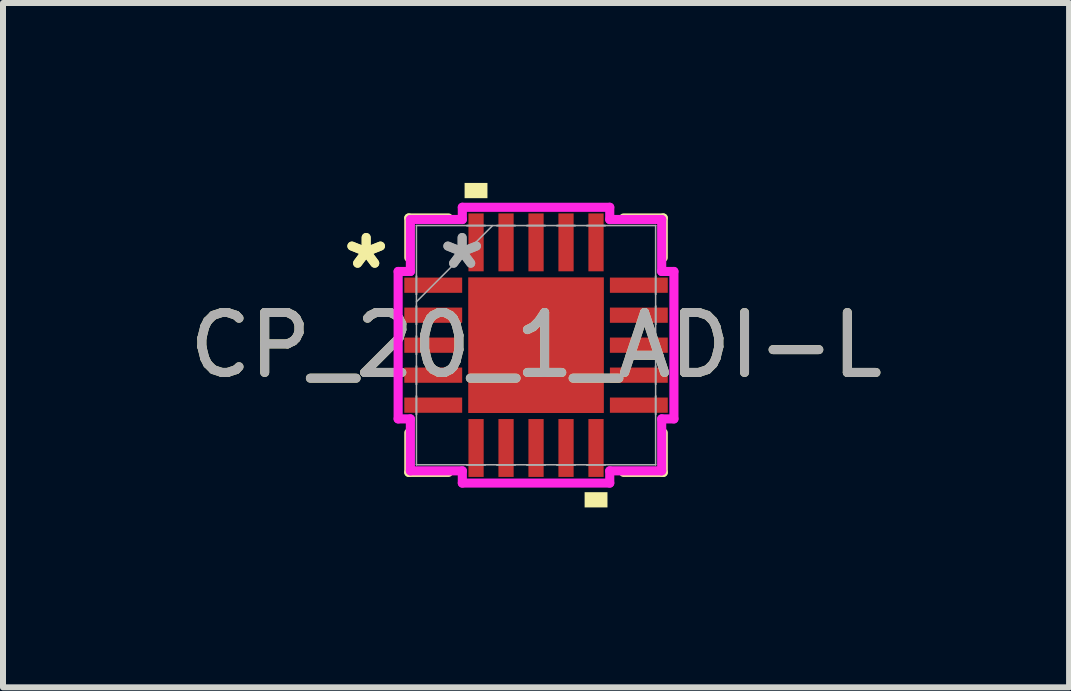
<source format=kicad_pcb>
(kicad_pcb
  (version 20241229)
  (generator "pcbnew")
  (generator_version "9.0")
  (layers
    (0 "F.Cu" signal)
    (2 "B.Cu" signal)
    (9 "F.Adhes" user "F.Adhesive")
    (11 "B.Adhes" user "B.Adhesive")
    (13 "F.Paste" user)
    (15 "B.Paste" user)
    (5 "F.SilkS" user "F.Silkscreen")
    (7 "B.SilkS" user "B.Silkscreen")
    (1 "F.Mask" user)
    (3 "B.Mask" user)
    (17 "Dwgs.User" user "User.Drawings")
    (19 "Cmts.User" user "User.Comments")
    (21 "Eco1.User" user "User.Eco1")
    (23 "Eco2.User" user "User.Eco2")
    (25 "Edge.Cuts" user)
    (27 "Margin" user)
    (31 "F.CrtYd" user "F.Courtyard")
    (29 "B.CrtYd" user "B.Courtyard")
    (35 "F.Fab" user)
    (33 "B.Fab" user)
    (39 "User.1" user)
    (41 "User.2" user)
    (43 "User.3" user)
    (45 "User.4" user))
  (footprint "CP_20_1_ADI-L"
    (layer "F.Cu")
    (at 5.887 2.705)
    (property "Reference" "CP_20_1_ADI-L" (at 0 0 0) (unlocked yes) (layer "F.SilkS") (effects (font (size 1 1) (thickness 0.15))))
    (attr smd)
    (fp_line (start -2.121 -2.121) (end -2.121 -1.46) (stroke (width 0.152) (type solid)) (layer "F.SilkS"))
    (fp_line (start -2.121 1.46) (end -2.121 2.121) (stroke (width 0.152) (type solid)) (layer "F.SilkS"))
    (fp_line (start -2.121 2.121) (end -1.46 2.121) (stroke (width 0.152) (type solid)) (layer "F.SilkS"))
    (fp_line (start -1.46 -2.121) (end -2.121 -2.121) (stroke (width 0.152) (type solid)) (layer "F.SilkS"))
    (fp_line (start 1.46 2.121) (end 2.121 2.121) (stroke (width 0.152) (type solid)) (layer "F.SilkS"))
    (fp_line (start 2.121 -2.121) (end 1.46 -2.121) (stroke (width 0.152) (type solid)) (layer "F.SilkS"))
    (fp_line (start 2.121 -1.46) (end 2.121 -2.121) (stroke (width 0.152) (type solid)) (layer "F.SilkS"))
    (fp_line (start 2.121 2.121) (end 2.121 1.46) (stroke (width 0.152) (type solid)) (layer "F.SilkS"))
    (fp_poly (pts (xy -1.191 -2.451) (xy -1.191 -2.705) (xy -0.81 -2.705) (xy -0.81 -2.451)) (stroke (width 0) (type solid)) (fill yes) (layer "F.SilkS"))
    (fp_poly (pts (xy 0.81 2.451) (xy 0.81 2.705) (xy 1.191 2.705) (xy 1.191 2.451)) (stroke (width 0) (type solid)) (fill yes) (layer "F.SilkS"))
    (fp_line (start -2.299 -1.229) (end -2.095 -1.229) (stroke (width 0.152) (type solid)) (layer "F.CrtYd"))
    (fp_line (start -2.299 1.229) (end -2.299 -1.229) (stroke (width 0.152) (type solid)) (layer "F.CrtYd"))
    (fp_line (start -2.095 -2.095) (end -1.229 -2.095) (stroke (width 0.152) (type solid)) (layer "F.CrtYd"))
    (fp_line (start -2.095 -1.229) (end -2.095 -2.095) (stroke (width 0.152) (type solid)) (layer "F.CrtYd"))
    (fp_line (start -2.095 1.229) (end -2.299 1.229) (stroke (width 0.152) (type solid)) (layer "F.CrtYd"))
    (fp_line (start -2.095 2.095) (end -2.095 1.229) (stroke (width 0.152) (type solid)) (layer "F.CrtYd"))
    (fp_line (start -1.229 -2.299) (end 1.229 -2.299) (stroke (width 0.152) (type solid)) (layer "F.CrtYd"))
    (fp_line (start -1.229 -2.095) (end -1.229 -2.299) (stroke (width 0.152) (type solid)) (layer "F.CrtYd"))
    (fp_line (start -1.229 2.095) (end -2.095 2.095) (stroke (width 0.152) (type solid)) (layer "F.CrtYd"))
    (fp_line (start -1.229 2.299) (end -1.229 2.095) (stroke (width 0.152) (type solid)) (layer "F.CrtYd"))
    (fp_line (start 1.229 -2.299) (end 1.229 -2.095) (stroke (width 0.152) (type solid)) (layer "F.CrtYd"))
    (fp_line (start 1.229 -2.095) (end 2.095 -2.095) (stroke (width 0.152) (type solid)) (layer "F.CrtYd"))
    (fp_line (start 1.229 2.095) (end 1.229 2.299) (stroke (width 0.152) (type solid)) (layer "F.CrtYd"))
    (fp_line (start 1.229 2.299) (end -1.229 2.299) (stroke (width 0.152) (type solid)) (layer "F.CrtYd"))
    (fp_line (start 2.095 -2.095) (end 2.095 -1.229) (stroke (width 0.152) (type solid)) (layer "F.CrtYd"))
    (fp_line (start 2.095 -1.229) (end 2.299 -1.229) (stroke (width 0.152) (type solid)) (layer "F.CrtYd"))
    (fp_line (start 2.095 1.229) (end 2.095 2.095) (stroke (width 0.152) (type solid)) (layer "F.CrtYd"))
    (fp_line (start 2.095 2.095) (end 1.229 2.095) (stroke (width 0.152) (type solid)) (layer "F.CrtYd"))
    (fp_line (start 2.299 -1.229) (end 2.299 1.229) (stroke (width 0.152) (type solid)) (layer "F.CrtYd"))
    (fp_line (start 2.299 1.229) (end 2.095 1.229) (stroke (width 0.152) (type solid)) (layer "F.CrtYd"))
    (fp_line (start -1.994 -1.994) (end -1.994 -1.994) (stroke (width 0.025) (type solid)) (layer "F.Fab"))
    (fp_line (start -1.994 -1.994) (end -1.994 1.994) (stroke (width 0.025) (type solid)) (layer "F.Fab"))
    (fp_line (start -1.994 -1.152) (end -1.994 -1.152) (stroke (width 0.025) (type solid)) (layer "F.Fab"))
    (fp_line (start -1.994 -1.152) (end -1.994 -0.848) (stroke (width 0.025) (type solid)) (layer "F.Fab"))
    (fp_line (start -1.994 -0.848) (end -1.994 -1.152) (stroke (width 0.025) (type solid)) (layer "F.Fab"))
    (fp_line (start -1.994 -0.848) (end -1.994 -0.848) (stroke (width 0.025) (type solid)) (layer "F.Fab"))
    (fp_line (start -1.994 -0.724) (end -0.724 -1.994) (stroke (width 0.025) (type solid)) (layer "F.Fab"))
    (fp_line (start -1.994 -0.652) (end -1.994 -0.652) (stroke (width 0.025) (type solid)) (layer "F.Fab"))
    (fp_line (start -1.994 -0.652) (end -1.994 -0.348) (stroke (width 0.025) (type solid)) (layer "F.Fab"))
    (fp_line (start -1.994 -0.348) (end -1.994 -0.652) (stroke (width 0.025) (type solid)) (layer "F.Fab"))
    (fp_line (start -1.994 -0.348) (end -1.994 -0.348) (stroke (width 0.025) (type solid)) (layer "F.Fab"))
    (fp_line (start -1.994 -0.152) (end -1.994 -0.152) (stroke (width 0.025) (type solid)) (layer "F.Fab"))
    (fp_line (start -1.994 -0.152) (end -1.994 0.152) (stroke (width 0.025) (type solid)) (layer "F.Fab"))
    (fp_line (start -1.994 0.152) (end -1.994 -0.152) (stroke (width 0.025) (type solid)) (layer "F.Fab"))
    (fp_line (start -1.994 0.152) (end -1.994 0.152) (stroke (width 0.025) (type solid)) (layer "F.Fab"))
    (fp_line (start -1.994 0.348) (end -1.994 0.348) (stroke (width 0.025) (type solid)) (layer "F.Fab"))
    (fp_line (start -1.994 0.348) (end -1.994 0.652) (stroke (width 0.025) (type solid)) (layer "F.Fab"))
    (fp_line (start -1.994 0.652) (end -1.994 0.348) (stroke (width 0.025) (type solid)) (layer "F.Fab"))
    (fp_line (start -1.994 0.652) (end -1.994 0.652) (stroke (width 0.025) (type solid)) (layer "F.Fab"))
    (fp_line (start -1.994 0.848) (end -1.994 0.848) (stroke (width 0.025) (type solid)) (layer "F.Fab"))
    (fp_line (start -1.994 0.848) (end -1.994 1.152) (stroke (width 0.025) (type solid)) (layer "F.Fab"))
    (fp_line (start -1.994 1.152) (end -1.994 0.848) (stroke (width 0.025) (type solid)) (layer "F.Fab"))
    (fp_line (start -1.994 1.152) (end -1.994 1.152) (stroke (width 0.025) (type solid)) (layer "F.Fab"))
    (fp_line (start -1.994 1.994) (end -1.994 1.994) (stroke (width 0.025) (type solid)) (layer "F.Fab"))
    (fp_line (start -1.994 1.994) (end 1.994 1.994) (stroke (width 0.025) (type solid)) (layer "F.Fab"))
    (fp_line (start -1.152 -1.994) (end -1.152 -1.994) (stroke (width 0.025) (type solid)) (layer "F.Fab"))
    (fp_line (start -1.152 -1.994) (end -0.848 -1.994) (stroke (width 0.025) (type solid)) (layer "F.Fab"))
    (fp_line (start -1.152 1.994) (end -1.152 1.994) (stroke (width 0.025) (type solid)) (layer "F.Fab"))
    (fp_line (start -1.152 1.994) (end -0.848 1.994) (stroke (width 0.025) (type solid)) (layer "F.Fab"))
    (fp_line (start -0.848 -1.994) (end -1.152 -1.994) (stroke (width 0.025) (type solid)) (layer "F.Fab"))
    (fp_line (start -0.848 -1.994) (end -0.848 -1.994) (stroke (width 0.025) (type solid)) (layer "F.Fab"))
    (fp_line (start -0.848 1.994) (end -1.152 1.994) (stroke (width 0.025) (type solid)) (layer "F.Fab"))
    (fp_line (start -0.848 1.994) (end -0.848 1.994) (stroke (width 0.025) (type solid)) (layer "F.Fab"))
    (fp_line (start -0.652 -1.994) (end -0.652 -1.994) (stroke (width 0.025) (type solid)) (layer "F.Fab"))
    (fp_line (start -0.652 -1.994) (end -0.348 -1.994) (stroke (width 0.025) (type solid)) (layer "F.Fab"))
    (fp_line (start -0.652 1.994) (end -0.652 1.994) (stroke (width 0.025) (type solid)) (layer "F.Fab"))
    (fp_line (start -0.652 1.994) (end -0.348 1.994) (stroke (width 0.025) (type solid)) (layer "F.Fab"))
    (fp_line (start -0.348 -1.994) (end -0.652 -1.994) (stroke (width 0.025) (type solid)) (layer "F.Fab"))
    (fp_line (start -0.348 -1.994) (end -0.348 -1.994) (stroke (width 0.025) (type solid)) (layer "F.Fab"))
    (fp_line (start -0.348 1.994) (end -0.652 1.994) (stroke (width 0.025) (type solid)) (layer "F.Fab"))
    (fp_line (start -0.348 1.994) (end -0.348 1.994) (stroke (width 0.025) (type solid)) (layer "F.Fab"))
    (fp_line (start -0.152 -1.994) (end -0.152 -1.994) (stroke (width 0.025) (type solid)) (layer "F.Fab"))
    (fp_line (start -0.152 -1.994) (end 0.152 -1.994) (stroke (width 0.025) (type solid)) (layer "F.Fab"))
    (fp_line (start -0.152 1.994) (end -0.152 1.994) (stroke (width 0.025) (type solid)) (layer "F.Fab"))
    (fp_line (start -0.152 1.994) (end 0.152 1.994) (stroke (width 0.025) (type solid)) (layer "F.Fab"))
    (fp_line (start 0.152 -1.994) (end -0.152 -1.994) (stroke (width 0.025) (type solid)) (layer "F.Fab"))
    (fp_line (start 0.152 -1.994) (end 0.152 -1.994) (stroke (width 0.025) (type solid)) (layer "F.Fab"))
    (fp_line (start 0.152 1.994) (end -0.152 1.994) (stroke (width 0.025) (type solid)) (layer "F.Fab"))
    (fp_line (start 0.152 1.994) (end 0.152 1.994) (stroke (width 0.025) (type solid)) (layer "F.Fab"))
    (fp_line (start 0.348 -1.994) (end 0.348 -1.994) (stroke (width 0.025) (type solid)) (layer "F.Fab"))
    (fp_line (start 0.348 -1.994) (end 0.652 -1.994) (stroke (width 0.025) (type solid)) (layer "F.Fab"))
    (fp_line (start 0.348 1.994) (end 0.348 1.994) (stroke (width 0.025) (type solid)) (layer "F.Fab"))
    (fp_line (start 0.348 1.994) (end 0.652 1.994) (stroke (width 0.025) (type solid)) (layer "F.Fab"))
    (fp_line (start 0.652 -1.994) (end 0.348 -1.994) (stroke (width 0.025) (type solid)) (layer "F.Fab"))
    (fp_line (start 0.652 -1.994) (end 0.652 -1.994) (stroke (width 0.025) (type solid)) (layer "F.Fab"))
    (fp_line (start 0.652 1.994) (end 0.348 1.994) (stroke (width 0.025) (type solid)) (layer "F.Fab"))
    (fp_line (start 0.652 1.994) (end 0.652 1.994) (stroke (width 0.025) (type solid)) (layer "F.Fab"))
    (fp_line (start 0.848 -1.994) (end 0.848 -1.994) (stroke (width 0.025) (type solid)) (layer "F.Fab"))
    (fp_line (start 0.848 -1.994) (end 1.152 -1.994) (stroke (width 0.025) (type solid)) (layer "F.Fab"))
    (fp_line (start 0.848 1.994) (end 0.848 1.994) (stroke (width 0.025) (type solid)) (layer "F.Fab"))
    (fp_line (start 0.848 1.994) (end 1.152 1.994) (stroke (width 0.025) (type solid)) (layer "F.Fab"))
    (fp_line (start 1.152 -1.994) (end 0.848 -1.994) (stroke (width 0.025) (type solid)) (layer "F.Fab"))
    (fp_line (start 1.152 -1.994) (end 1.152 -1.994) (stroke (width 0.025) (type solid)) (layer "F.Fab"))
    (fp_line (start 1.152 1.994) (end 0.848 1.994) (stroke (width 0.025) (type solid)) (layer "F.Fab"))
    (fp_line (start 1.152 1.994) (end 1.152 1.994) (stroke (width 0.025) (type solid)) (layer "F.Fab"))
    (fp_line (start 1.994 -1.994) (end -1.994 -1.994) (stroke (width 0.025) (type solid)) (layer "F.Fab"))
    (fp_line (start 1.994 -1.994) (end 1.994 -1.994) (stroke (width 0.025) (type solid)) (layer "F.Fab"))
    (fp_line (start 1.994 -1.152) (end 1.994 -1.152) (stroke (width 0.025) (type solid)) (layer "F.Fab"))
    (fp_line (start 1.994 -1.152) (end 1.994 -0.848) (stroke (width 0.025) (type solid)) (layer "F.Fab"))
    (fp_line (start 1.994 -0.848) (end 1.994 -1.152) (stroke (width 0.025) (type solid)) (layer "F.Fab"))
    (fp_line (start 1.994 -0.848) (end 1.994 -0.848) (stroke (width 0.025) (type solid)) (layer "F.Fab"))
    (fp_line (start 1.994 -0.652) (end 1.994 -0.652) (stroke (width 0.025) (type solid)) (layer "F.Fab"))
    (fp_line (start 1.994 -0.652) (end 1.994 -0.348) (stroke (width 0.025) (type solid)) (layer "F.Fab"))
    (fp_line (start 1.994 -0.348) (end 1.994 -0.652) (stroke (width 0.025) (type solid)) (layer "F.Fab"))
    (fp_line (start 1.994 -0.348) (end 1.994 -0.348) (stroke (width 0.025) (type solid)) (layer "F.Fab"))
    (fp_line (start 1.994 -0.152) (end 1.994 -0.152) (stroke (width 0.025) (type solid)) (layer "F.Fab"))
    (fp_line (start 1.994 -0.152) (end 1.994 0.152) (stroke (width 0.025) (type solid)) (layer "F.Fab"))
    (fp_line (start 1.994 0.152) (end 1.994 -0.152) (stroke (width 0.025) (type solid)) (layer "F.Fab"))
    (fp_line (start 1.994 0.152) (end 1.994 0.152) (stroke (width 0.025) (type solid)) (layer "F.Fab"))
    (fp_line (start 1.994 0.348) (end 1.994 0.348) (stroke (width 0.025) (type solid)) (layer "F.Fab"))
    (fp_line (start 1.994 0.348) (end 1.994 0.652) (stroke (width 0.025) (type solid)) (layer "F.Fab"))
    (fp_line (start 1.994 0.652) (end 1.994 0.348) (stroke (width 0.025) (type solid)) (layer "F.Fab"))
    (fp_line (start 1.994 0.652) (end 1.994 0.652) (stroke (width 0.025) (type solid)) (layer "F.Fab"))
    (fp_line (start 1.994 0.848) (end 1.994 0.848) (stroke (width 0.025) (type solid)) (layer "F.Fab"))
    (fp_line (start 1.994 0.848) (end 1.994 1.152) (stroke (width 0.025) (type solid)) (layer "F.Fab"))
    (fp_line (start 1.994 1.152) (end 1.994 0.848) (stroke (width 0.025) (type solid)) (layer "F.Fab"))
    (fp_line (start 1.994 1.152) (end 1.994 1.152) (stroke (width 0.025) (type solid)) (layer "F.Fab"))
    (fp_line (start 1.994 1.994) (end 1.994 -1.994) (stroke (width 0.025) (type solid)) (layer "F.Fab"))
    (fp_line (start 1.994 1.994) (end 1.994 1.994) (stroke (width 0.025) (type solid)) (layer "F.Fab"))
    (fp_text user "*" (at -2.832 -1.25 0) (unlocked yes) (layer "F.SilkS") (effects (font (size 1 1) (thickness 0.15))))
    (fp_text user "*" (at -2.832 -1.25 0) (layer "F.SilkS") (effects (font (size 1 1) (thickness 0.15))))
    (fp_text user "*" (at -1.232 -1.25 0) (unlocked yes) (layer "F.Fab") (effects (font (size 1 1) (thickness 0.15))))
    (fp_text user "*" (at -1.232 -1.25 0) (layer "F.Fab") (effects (font (size 1 1) (thickness 0.15))))
    (fp_text user "${REFERENCE}" (at 0 0 0) (unlocked yes) (layer "F.Fab") (effects (font (size 1 1) (thickness 0.15))))
    (pad "1" smd rect (at -1.714 -1 90) (size 0.254 0.965) (layers "F.Cu" "F.Mask" "F.Paste"))
    (pad "2" smd rect (at -1.714 -0.5 90) (size 0.254 0.965) (layers "F.Cu" "F.Mask" "F.Paste"))
    (pad "3" smd rect (at -1.714 0 90) (size 0.254 0.965) (layers "F.Cu" "F.Mask" "F.Paste"))
    (pad "4" smd rect (at -1.714 0.5 90) (size 0.254 0.965) (layers "F.Cu" "F.Mask" "F.Paste"))
    (pad "5" smd rect (at -1.714 1 90) (size 0.254 0.965) (layers "F.Cu" "F.Mask" "F.Paste"))
    (pad "6" smd rect (at -1 1.714) (size 0.254 0.965) (layers "F.Cu" "F.Mask" "F.Paste"))
    (pad "7" smd rect (at -0.5 1.714) (size 0.254 0.965) (layers "F.Cu" "F.Mask" "F.Paste"))
    (pad "8" smd rect (at 0 1.714) (size 0.254 0.965) (layers "F.Cu" "F.Mask" "F.Paste"))
    (pad "9" smd rect (at 0.5 1.714) (size 0.254 0.965) (layers "F.Cu" "F.Mask" "F.Paste"))
    (pad "10" smd rect (at 1 1.714) (size 0.254 0.965) (layers "F.Cu" "F.Mask" "F.Paste"))
    (pad "11" smd rect (at 1.714 1 90) (size 0.254 0.965) (layers "F.Cu" "F.Mask" "F.Paste"))
    (pad "12" smd rect (at 1.714 0.5 90) (size 0.254 0.965) (layers "F.Cu" "F.Mask" "F.Paste"))
    (pad "13" smd rect (at 1.714 0 90) (size 0.254 0.965) (layers "F.Cu" "F.Mask" "F.Paste"))
    (pad "14" smd rect (at 1.714 -0.5 90) (size 0.254 0.965) (layers "F.Cu" "F.Mask" "F.Paste"))
    (pad "15" smd rect (at 1.714 -1 90) (size 0.254 0.965) (layers "F.Cu" "F.Mask" "F.Paste"))
    (pad "16" smd rect (at 1 -1.714) (size 0.254 0.965) (layers "F.Cu" "F.Mask" "F.Paste"))
    (pad "17" smd rect (at 0.5 -1.714) (size 0.254 0.965) (layers "F.Cu" "F.Mask" "F.Paste"))
    (pad "18" smd rect (at 0 -1.714) (size 0.254 0.965) (layers "F.Cu" "F.Mask" "F.Paste"))
    (pad "19" smd rect (at -0.5 -1.714) (size 0.254 0.965) (layers "F.Cu" "F.Mask" "F.Paste"))
    (pad "20" smd rect (at -1 -1.714) (size 0.254 0.965) (layers "F.Cu" "F.Mask" "F.Paste"))
    (pad "21" smd rect (at 0 0) (size 2.261 2.261) (layers "F.Cu" "F.Mask" "F.Paste")))
  (gr_rect
    (start -3 -3)
    (end 14.774 8.41)
    (stroke (width 0.1) (type default))
    (fill no)
    (layer "Edge.Cuts")))
</source>
